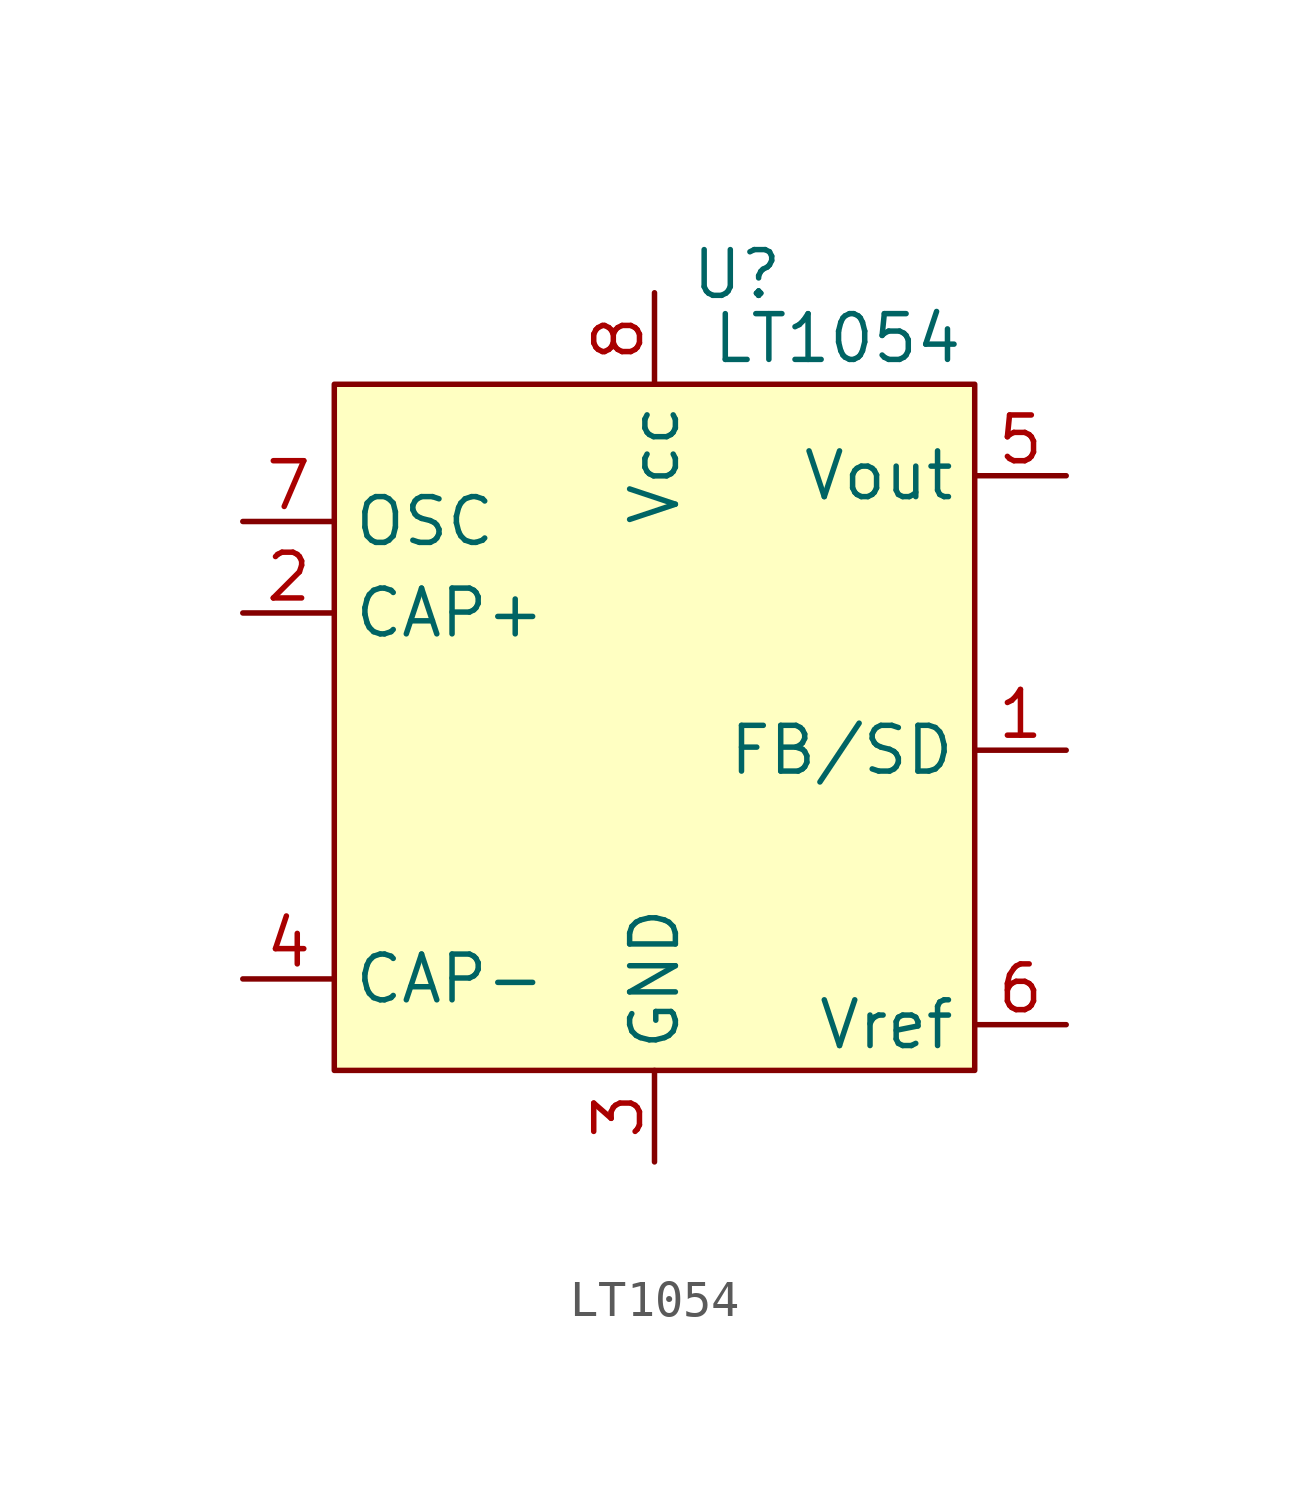
<source format=kicad_sym>
(kicad_symbol_lib
  (version 20231120)
  (generator "kicad_symbol_editor")
  (generator_version "8.0")
  (symbol "LT1054"
    (property "Reference" "U"
      (at 2.286 13.208 0)
      (effects (font (size 1.27 1.27))))
    (property "Value" "LT1054"
      (at 5.08 11.43 0)
      (effects (font (size 1.27 1.27))))
    (symbol "LT1054_0_1"
      (rectangle (start -8.89 10.16) (end 8.89 -8.89) (stroke (width 0) (type default)) (fill (type background))))
    (symbol "LT1054_1_1"
      (pin input line (at 11.43 0 180) (length 2.54) (name "FB/SD" (effects (font (size 1.27 1.27)))) (number "1" (effects (font (size 1.27 1.27)))))
      (pin input line (at -11.43 3.81 0) (length 2.54) (name "CAP+" (effects (font (size 1.27 1.27)))) (number "2" (effects (font (size 1.27 1.27)))))
      (pin input line (at 0 -11.43 90) (length 2.54) (name "GND" (effects (font (size 1.27 1.27)))) (number "3" (effects (font (size 1.27 1.27)))))
      (pin input line (at -11.43 -6.35 0) (length 2.54) (name "CAP-" (effects (font (size 1.27 1.27)))) (number "4" (effects (font (size 1.27 1.27)))))
      (pin passive line (at 11.43 7.62 180) (length 2.54) (name "Vout" (effects (font (size 1.27 1.27)))) (number "5" (effects (font (size 1.27 1.27)))))
      (pin input line (at 11.43 -7.62 180) (length 2.54) (name "Vref" (effects (font (size 1.27 1.27)))) (number "6" (effects (font (size 1.27 1.27)))))
      (pin input line (at -11.43 6.35 0) (length 2.54) (name "OSC" (effects (font (size 1.27 1.27)))) (number "7" (effects (font (size 1.27 1.27)))))
      (pin input line (at 0 12.7 270) (length 2.54) (name "Vcc" (effects (font (size 1.27 1.27)))) (number "8" (effects (font (size 1.27 1.27))))))))
</source>
